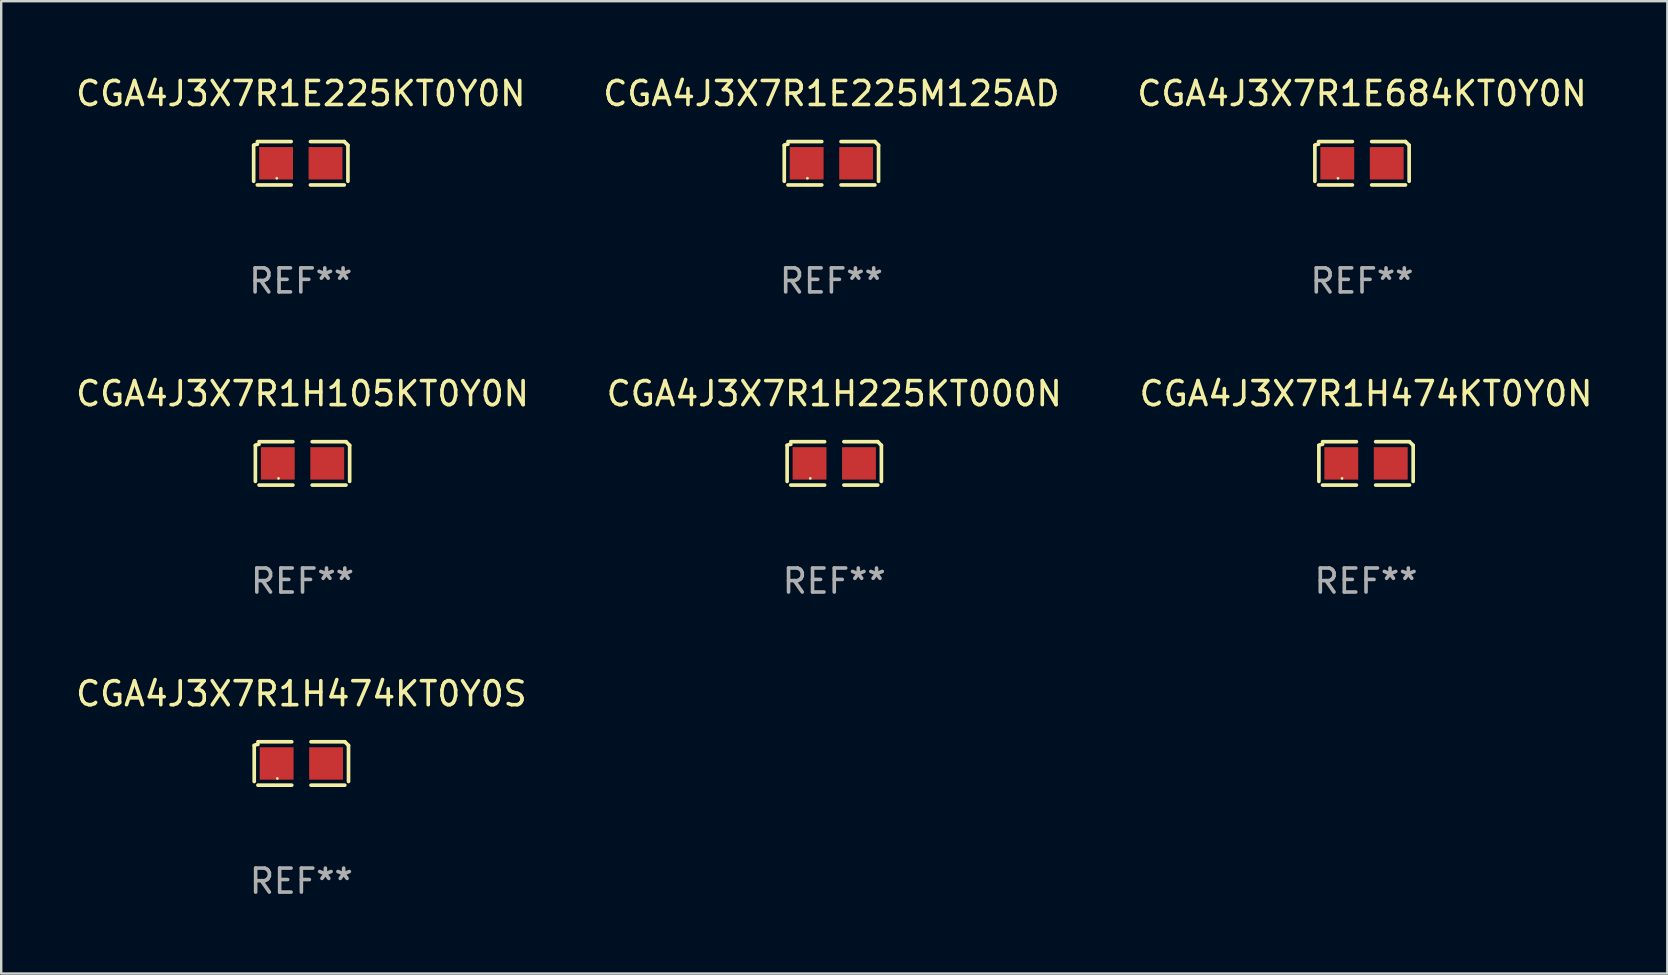
<source format=kicad_pcb>
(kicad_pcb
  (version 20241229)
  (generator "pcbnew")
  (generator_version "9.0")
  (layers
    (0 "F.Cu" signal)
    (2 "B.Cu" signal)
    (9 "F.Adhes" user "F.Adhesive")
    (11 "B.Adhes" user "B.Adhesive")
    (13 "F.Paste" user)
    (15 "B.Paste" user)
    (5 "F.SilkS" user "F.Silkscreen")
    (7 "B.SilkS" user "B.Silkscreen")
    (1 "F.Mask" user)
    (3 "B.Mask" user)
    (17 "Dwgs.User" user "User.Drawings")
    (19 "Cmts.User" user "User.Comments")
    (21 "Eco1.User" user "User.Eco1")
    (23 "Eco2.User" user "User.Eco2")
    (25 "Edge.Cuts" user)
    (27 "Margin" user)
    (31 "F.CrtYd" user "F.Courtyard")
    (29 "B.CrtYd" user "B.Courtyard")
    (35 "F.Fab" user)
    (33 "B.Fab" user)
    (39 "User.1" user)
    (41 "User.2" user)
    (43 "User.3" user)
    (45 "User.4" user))
  (footprint "CGA4J3X7R1H105KT0Y0N"
    (layer "F.Cu")
    (at 9.554 16.256)
    (property "Reference" "CGA4J3X7R1H105KT0Y0N" (at 0 -2.904 0) (layer "F.SilkS") (effects (font (size 1 1) (thickness 0.15))))
    (attr through_hole)
    (fp_line (start -1.964 0.751) (end -1.964 -0.751) (stroke (width 0.152) (type solid)) (layer "F.SilkS"))
    (fp_line (start -1.811 -0.904) (end -0.401 -0.904) (stroke (width 0.152) (type solid)) (layer "F.SilkS"))
    (fp_line (start -0.401 0.904) (end -1.811 0.904) (stroke (width 0.152) (type solid)) (layer "F.SilkS"))
    (fp_line (start 0.401 0.904) (end 1.811 0.904) (stroke (width 0.152) (type solid)) (layer "F.SilkS"))
    (fp_line (start 1.811 -0.904) (end 0.401 -0.904) (stroke (width 0.152) (type solid)) (layer "F.SilkS"))
    (fp_line (start 1.964 0.751) (end 1.964 -0.751) (stroke (width 0.152) (type solid)) (layer "F.SilkS"))
    (fp_arc (start -1.963602 -0.751207) (mid -1.890354 -0.783131) (end -1.811201 -0.794044) (stroke (width 0.1524) (type solid)) (layer "F.SilkS"))
    (fp_arc (start 1.811202 -0.903607) (mid 1.887413 -0.827418) (end 1.963602 -0.751207) (stroke (width 0.1524) (type solid)) (layer "F.SilkS"))
    (fp_circle (center -1 0.625) (end -0.97 0.625) (stroke (width 0.06) (type solid)) (fill no) (layer "F.SilkS"))
    (fp_text user "REF**" (at 0 4.904 0) (layer "F.Fab") (effects (font (size 1 1) (thickness 0.15))))
    (pad "1" smd rect (at -1.03 0) (size 1.41 1.35) (layers "F.Cu" "F.Mask" "F.Paste"))
    (pad "2" smd rect (at 1.03 0) (size 1.41 1.35) (layers "F.Cu" "F.Mask" "F.Paste")))
  (footprint "CGA4J3X7R1E225KT0Y0N"
    (layer "F.Cu")
    (at 9.482 3.752)
    (property "Reference" "CGA4J3X7R1E225KT0Y0N" (at 0 -2.904 0) (layer "F.SilkS") (effects (font (size 1 1) (thickness 0.15))))
    (attr through_hole)
    (fp_line (start -1.964 0.751) (end -1.964 -0.751) (stroke (width 0.152) (type solid)) (layer "F.SilkS"))
    (fp_line (start -1.811 -0.904) (end -0.401 -0.904) (stroke (width 0.152) (type solid)) (layer "F.SilkS"))
    (fp_line (start -0.401 0.904) (end -1.811 0.904) (stroke (width 0.152) (type solid)) (layer "F.SilkS"))
    (fp_line (start 0.401 0.904) (end 1.811 0.904) (stroke (width 0.152) (type solid)) (layer "F.SilkS"))
    (fp_line (start 1.811 -0.904) (end 0.401 -0.904) (stroke (width 0.152) (type solid)) (layer "F.SilkS"))
    (fp_line (start 1.964 0.751) (end 1.964 -0.751) (stroke (width 0.152) (type solid)) (layer "F.SilkS"))
    (fp_arc (start -1.963602 -0.751207) (mid -1.890354 -0.783131) (end -1.811201 -0.794044) (stroke (width 0.1524) (type solid)) (layer "F.SilkS"))
    (fp_arc (start 1.811202 -0.903607) (mid 1.887413 -0.827418) (end 1.963602 -0.751207) (stroke (width 0.1524) (type solid)) (layer "F.SilkS"))
    (fp_circle (center -1 0.625) (end -0.97 0.625) (stroke (width 0.06) (type solid)) (fill no) (layer "F.SilkS"))
    (fp_text user "REF**" (at 0 4.904 0) (layer "F.Fab") (effects (font (size 1 1) (thickness 0.15))))
    (pad "1" smd rect (at -1.03 0) (size 1.41 1.35) (layers "F.Cu" "F.Mask" "F.Paste"))
    (pad "2" smd rect (at 1.03 0) (size 1.41 1.35) (layers "F.Cu" "F.Mask" "F.Paste")))
  (footprint "CGA4J3X7R1E684KT0Y0N"
    (layer "F.Cu")
    (at 53.696 3.752)
    (property "Reference" "CGA4J3X7R1E684KT0Y0N" (at 0 -2.904 0) (layer "F.SilkS") (effects (font (size 1 1) (thickness 0.15))))
    (attr through_hole)
    (fp_line (start -1.964 0.751) (end -1.964 -0.751) (stroke (width 0.152) (type solid)) (layer "F.SilkS"))
    (fp_line (start -1.811 -0.904) (end -0.401 -0.904) (stroke (width 0.152) (type solid)) (layer "F.SilkS"))
    (fp_line (start -0.401 0.904) (end -1.811 0.904) (stroke (width 0.152) (type solid)) (layer "F.SilkS"))
    (fp_line (start 0.401 0.904) (end 1.811 0.904) (stroke (width 0.152) (type solid)) (layer "F.SilkS"))
    (fp_line (start 1.811 -0.904) (end 0.401 -0.904) (stroke (width 0.152) (type solid)) (layer "F.SilkS"))
    (fp_line (start 1.964 0.751) (end 1.964 -0.751) (stroke (width 0.152) (type solid)) (layer "F.SilkS"))
    (fp_arc (start -1.963602 -0.751207) (mid -1.890354 -0.783131) (end -1.811201 -0.794044) (stroke (width 0.1524) (type solid)) (layer "F.SilkS"))
    (fp_arc (start 1.811202 -0.903607) (mid 1.887413 -0.827418) (end 1.963602 -0.751207) (stroke (width 0.1524) (type solid)) (layer "F.SilkS"))
    (fp_circle (center -1 0.625) (end -0.97 0.625) (stroke (width 0.06) (type solid)) (fill no) (layer "F.SilkS"))
    (fp_text user "REF**" (at 0 4.904 0) (layer "F.Fab") (effects (font (size 1 1) (thickness 0.15))))
    (pad "1" smd rect (at -1.03 0) (size 1.41 1.35) (layers "F.Cu" "F.Mask" "F.Paste"))
    (pad "2" smd rect (at 1.03 0) (size 1.41 1.35) (layers "F.Cu" "F.Mask" "F.Paste")))
  (footprint "CGA4J3X7R1E225M125AD"
    (layer "F.Cu")
    (at 31.589 3.752)
    (property "Reference" "CGA4J3X7R1E225M125AD" (at 0 -2.904 0) (layer "F.SilkS") (effects (font (size 1 1) (thickness 0.15))))
    (attr through_hole)
    (fp_line (start -1.964 0.751) (end -1.964 -0.751) (stroke (width 0.152) (type solid)) (layer "F.SilkS"))
    (fp_line (start -1.811 -0.904) (end -0.401 -0.904) (stroke (width 0.152) (type solid)) (layer "F.SilkS"))
    (fp_line (start -0.401 0.904) (end -1.811 0.904) (stroke (width 0.152) (type solid)) (layer "F.SilkS"))
    (fp_line (start 0.401 0.904) (end 1.811 0.904) (stroke (width 0.152) (type solid)) (layer "F.SilkS"))
    (fp_line (start 1.811 -0.904) (end 0.401 -0.904) (stroke (width 0.152) (type solid)) (layer "F.SilkS"))
    (fp_line (start 1.964 0.751) (end 1.964 -0.751) (stroke (width 0.152) (type solid)) (layer "F.SilkS"))
    (fp_arc (start -1.963602 -0.751207) (mid -1.890354 -0.783131) (end -1.811201 -0.794044) (stroke (width 0.1524) (type solid)) (layer "F.SilkS"))
    (fp_arc (start 1.811202 -0.903607) (mid 1.887413 -0.827418) (end 1.963602 -0.751207) (stroke (width 0.1524) (type solid)) (layer "F.SilkS"))
    (fp_circle (center -1 0.625) (end -0.97 0.625) (stroke (width 0.06) (type solid)) (fill no) (layer "F.SilkS"))
    (fp_text user "REF**" (at 0 4.904 0) (layer "F.Fab") (effects (font (size 1 1) (thickness 0.15))))
    (pad "1" smd rect (at -1.03 0) (size 1.41 1.35) (layers "F.Cu" "F.Mask" "F.Paste"))
    (pad "2" smd rect (at 1.03 0) (size 1.41 1.35) (layers "F.Cu" "F.Mask" "F.Paste")))
  (footprint "CGA4J3X7R1H225KT000N"
    (layer "F.Cu")
    (at 31.708 16.256)
    (property "Reference" "CGA4J3X7R1H225KT000N" (at 0 -2.904 0) (layer "F.SilkS") (effects (font (size 1 1) (thickness 0.15))))
    (attr through_hole)
    (fp_line (start -1.964 0.751) (end -1.964 -0.751) (stroke (width 0.152) (type solid)) (layer "F.SilkS"))
    (fp_line (start -1.811 -0.904) (end -0.401 -0.904) (stroke (width 0.152) (type solid)) (layer "F.SilkS"))
    (fp_line (start -0.401 0.904) (end -1.811 0.904) (stroke (width 0.152) (type solid)) (layer "F.SilkS"))
    (fp_line (start 0.401 0.904) (end 1.811 0.904) (stroke (width 0.152) (type solid)) (layer "F.SilkS"))
    (fp_line (start 1.811 -0.904) (end 0.401 -0.904) (stroke (width 0.152) (type solid)) (layer "F.SilkS"))
    (fp_line (start 1.964 0.751) (end 1.964 -0.751) (stroke (width 0.152) (type solid)) (layer "F.SilkS"))
    (fp_arc (start -1.963602 -0.751207) (mid -1.890354 -0.783131) (end -1.811201 -0.794044) (stroke (width 0.1524) (type solid)) (layer "F.SilkS"))
    (fp_arc (start 1.811202 -0.903607) (mid 1.887413 -0.827418) (end 1.963602 -0.751207) (stroke (width 0.1524) (type solid)) (layer "F.SilkS"))
    (fp_circle (center -1 0.625) (end -0.97 0.625) (stroke (width 0.06) (type solid)) (fill no) (layer "F.SilkS"))
    (fp_text user "REF**" (at 0 4.904 0) (layer "F.Fab") (effects (font (size 1 1) (thickness 0.15))))
    (pad "1" smd rect (at -1.03 0) (size 1.41 1.35) (layers "F.Cu" "F.Mask" "F.Paste"))
    (pad "2" smd rect (at 1.03 0) (size 1.41 1.35) (layers "F.Cu" "F.Mask" "F.Paste")))
  (footprint "CGA4J3X7R1H474KT0Y0N"
    (layer "F.Cu")
    (at 53.863 16.256)
    (property "Reference" "CGA4J3X7R1H474KT0Y0N" (at 0 -2.904 0) (layer "F.SilkS") (effects (font (size 1 1) (thickness 0.15))))
    (attr through_hole)
    (fp_line (start -1.964 0.751) (end -1.964 -0.751) (stroke (width 0.152) (type solid)) (layer "F.SilkS"))
    (fp_line (start -1.811 -0.904) (end -0.401 -0.904) (stroke (width 0.152) (type solid)) (layer "F.SilkS"))
    (fp_line (start -0.401 0.904) (end -1.811 0.904) (stroke (width 0.152) (type solid)) (layer "F.SilkS"))
    (fp_line (start 0.401 0.904) (end 1.811 0.904) (stroke (width 0.152) (type solid)) (layer "F.SilkS"))
    (fp_line (start 1.811 -0.904) (end 0.401 -0.904) (stroke (width 0.152) (type solid)) (layer "F.SilkS"))
    (fp_line (start 1.964 0.751) (end 1.964 -0.751) (stroke (width 0.152) (type solid)) (layer "F.SilkS"))
    (fp_arc (start -1.963602 -0.751207) (mid -1.890354 -0.783131) (end -1.811201 -0.794044) (stroke (width 0.1524) (type solid)) (layer "F.SilkS"))
    (fp_arc (start 1.811202 -0.903607) (mid 1.887413 -0.827418) (end 1.963602 -0.751207) (stroke (width 0.1524) (type solid)) (layer "F.SilkS"))
    (fp_circle (center -1 0.625) (end -0.97 0.625) (stroke (width 0.06) (type solid)) (fill no) (layer "F.SilkS"))
    (fp_text user "REF**" (at 0 4.904 0) (layer "F.Fab") (effects (font (size 1 1) (thickness 0.15))))
    (pad "1" smd rect (at -1.03 0) (size 1.41 1.35) (layers "F.Cu" "F.Mask" "F.Paste"))
    (pad "2" smd rect (at 1.03 0) (size 1.41 1.35) (layers "F.Cu" "F.Mask" "F.Paste")))
  (footprint "CGA4J3X7R1H474KT0Y0S"
    (layer "F.Cu")
    (at 9.506 28.759)
    (property "Reference" "CGA4J3X7R1H474KT0Y0S" (at 0 -2.904 0) (layer "F.SilkS") (effects (font (size 1 1) (thickness 0.15))))
    (attr through_hole)
    (fp_line (start -1.964 0.751) (end -1.964 -0.751) (stroke (width 0.152) (type solid)) (layer "F.SilkS"))
    (fp_line (start -1.811 -0.904) (end -0.401 -0.904) (stroke (width 0.152) (type solid)) (layer "F.SilkS"))
    (fp_line (start -0.401 0.904) (end -1.811 0.904) (stroke (width 0.152) (type solid)) (layer "F.SilkS"))
    (fp_line (start 0.401 0.904) (end 1.811 0.904) (stroke (width 0.152) (type solid)) (layer "F.SilkS"))
    (fp_line (start 1.811 -0.904) (end 0.401 -0.904) (stroke (width 0.152) (type solid)) (layer "F.SilkS"))
    (fp_line (start 1.964 0.751) (end 1.964 -0.751) (stroke (width 0.152) (type solid)) (layer "F.SilkS"))
    (fp_arc (start -1.963602 -0.751207) (mid -1.890354 -0.783131) (end -1.811201 -0.794044) (stroke (width 0.1524) (type solid)) (layer "F.SilkS"))
    (fp_arc (start 1.811202 -0.903607) (mid 1.887413 -0.827418) (end 1.963602 -0.751207) (stroke (width 0.1524) (type solid)) (layer "F.SilkS"))
    (fp_circle (center -1 0.625) (end -0.97 0.625) (stroke (width 0.06) (type solid)) (fill no) (layer "F.SilkS"))
    (fp_text user "REF**" (at 0 4.904 0) (layer "F.Fab") (effects (font (size 1 1) (thickness 0.15))))
    (pad "1" smd rect (at -1.03 0) (size 1.41 1.35) (layers "F.Cu" "F.Mask" "F.Paste"))
    (pad "2" smd rect (at 1.03 0) (size 1.41 1.35) (layers "F.Cu" "F.Mask" "F.Paste")))
  (gr_rect
    (start -3 -3)
    (end 66.417 37.511)
    (stroke (width 0.1) (type default))
    (fill no)
    (layer "Edge.Cuts")))
</source>
